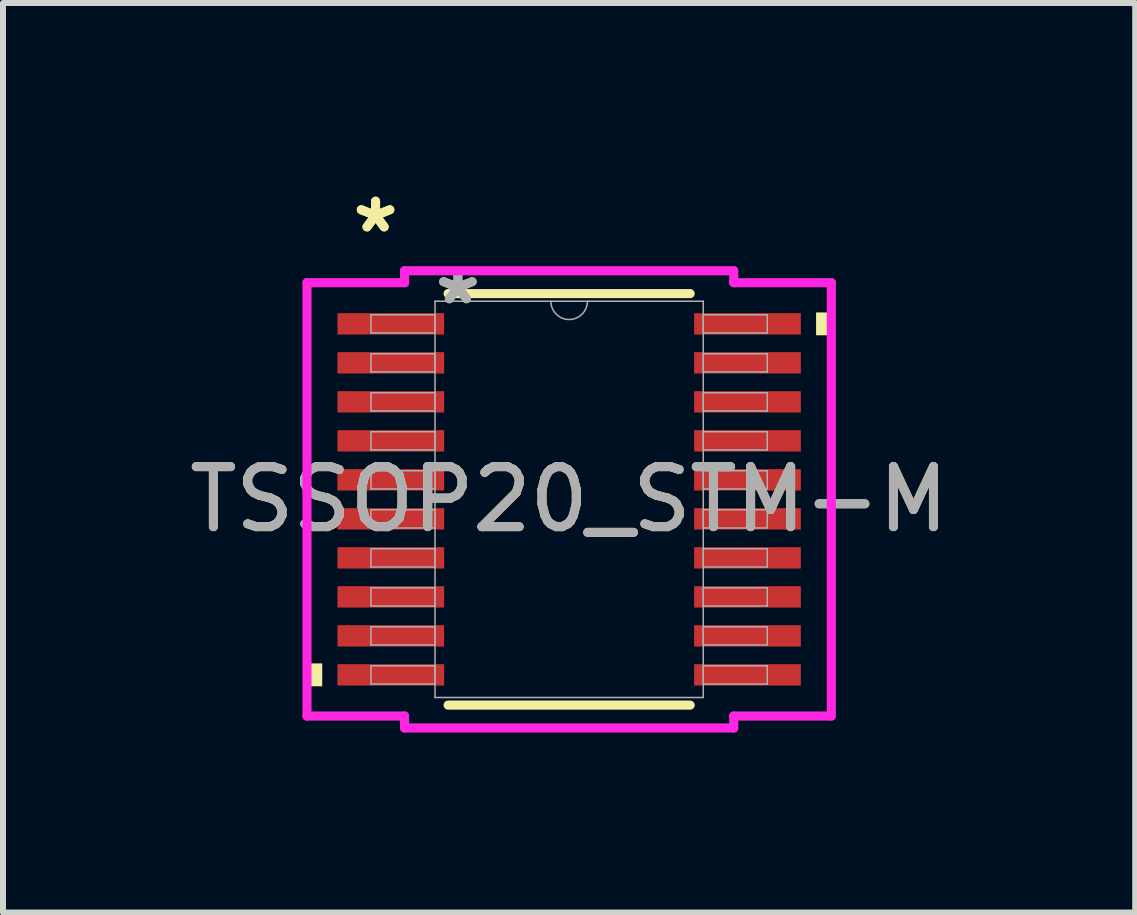
<source format=kicad_pcb>
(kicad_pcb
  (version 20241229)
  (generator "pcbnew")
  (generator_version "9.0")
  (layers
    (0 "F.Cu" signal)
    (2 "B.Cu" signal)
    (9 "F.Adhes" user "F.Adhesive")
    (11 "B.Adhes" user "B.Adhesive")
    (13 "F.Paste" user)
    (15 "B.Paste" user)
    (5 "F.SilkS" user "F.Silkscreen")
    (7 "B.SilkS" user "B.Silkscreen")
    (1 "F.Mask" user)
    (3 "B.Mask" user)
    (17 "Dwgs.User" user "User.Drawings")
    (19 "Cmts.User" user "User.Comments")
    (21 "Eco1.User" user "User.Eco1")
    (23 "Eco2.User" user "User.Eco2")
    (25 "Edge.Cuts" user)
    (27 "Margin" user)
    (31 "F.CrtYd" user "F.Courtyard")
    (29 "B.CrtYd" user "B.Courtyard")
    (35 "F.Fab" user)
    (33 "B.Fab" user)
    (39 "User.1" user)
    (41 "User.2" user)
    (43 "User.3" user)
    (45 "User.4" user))
  (footprint "TSSOP20_STM-M"
    (layer "F.Cu")
    (at 6.435 5.272)
    (property "Reference" "TSSOP20_STM-M" (at 0 0 0) (unlocked yes) (layer "F.SilkS") (effects (font (size 1 1) (thickness 0.15))))
    (attr smd)
    (fp_line (start -2.017 3.429) (end 2.017 3.429) (stroke (width 0.152) (type solid)) (layer "F.SilkS"))
    (fp_line (start 2.017 -3.429) (end -2.017 -3.429) (stroke (width 0.152) (type solid)) (layer "F.SilkS"))
    (fp_poly (pts (xy -4.369 2.734) (xy -4.369 3.115) (xy -4.115 3.115) (xy -4.115 2.734)) (stroke (width 0) (type solid)) (fill yes) (layer "F.SilkS"))
    (fp_poly (pts (xy 4.369 -3.115) (xy 4.369 -2.734) (xy 4.115 -2.734) (xy 4.115 -3.115)) (stroke (width 0) (type solid)) (fill yes) (layer "F.SilkS"))
    (fp_line (start -4.369 -3.611) (end -2.743 -3.611) (stroke (width 0.152) (type solid)) (layer "F.CrtYd"))
    (fp_line (start -4.369 3.611) (end -4.369 -3.611) (stroke (width 0.152) (type solid)) (layer "F.CrtYd"))
    (fp_line (start -4.369 3.611) (end -2.743 3.611) (stroke (width 0.152) (type solid)) (layer "F.CrtYd"))
    (fp_line (start -2.743 -3.81) (end 2.743 -3.81) (stroke (width 0.152) (type solid)) (layer "F.CrtYd"))
    (fp_line (start -2.743 -3.611) (end -2.743 -3.81) (stroke (width 0.152) (type solid)) (layer "F.CrtYd"))
    (fp_line (start -2.743 3.81) (end -2.743 3.611) (stroke (width 0.152) (type solid)) (layer "F.CrtYd"))
    (fp_line (start 2.743 -3.81) (end 2.743 -3.611) (stroke (width 0.152) (type solid)) (layer "F.CrtYd"))
    (fp_line (start 2.743 3.611) (end 2.743 3.81) (stroke (width 0.152) (type solid)) (layer "F.CrtYd"))
    (fp_line (start 2.743 3.81) (end -2.743 3.81) (stroke (width 0.152) (type solid)) (layer "F.CrtYd"))
    (fp_line (start 4.369 -3.611) (end 2.743 -3.611) (stroke (width 0.152) (type solid)) (layer "F.CrtYd"))
    (fp_line (start 4.369 -3.611) (end 4.369 3.611) (stroke (width 0.152) (type solid)) (layer "F.CrtYd"))
    (fp_line (start 4.369 3.611) (end 2.743 3.611) (stroke (width 0.152) (type solid)) (layer "F.CrtYd"))
    (fp_line (start -3.302 -3.077) (end -3.302 -2.773) (stroke (width 0.025) (type solid)) (layer "F.Fab"))
    (fp_line (start -3.302 -2.773) (end -2.235 -2.773) (stroke (width 0.025) (type solid)) (layer "F.Fab"))
    (fp_line (start -3.302 -2.427) (end -3.302 -2.123) (stroke (width 0.025) (type solid)) (layer "F.Fab"))
    (fp_line (start -3.302 -2.123) (end -2.235 -2.123) (stroke (width 0.025) (type solid)) (layer "F.Fab"))
    (fp_line (start -3.302 -1.777) (end -3.302 -1.473) (stroke (width 0.025) (type solid)) (layer "F.Fab"))
    (fp_line (start -3.302 -1.473) (end -2.235 -1.473) (stroke (width 0.025) (type solid)) (layer "F.Fab"))
    (fp_line (start -3.302 -1.127) (end -3.302 -0.823) (stroke (width 0.025) (type solid)) (layer "F.Fab"))
    (fp_line (start -3.302 -0.823) (end -2.235 -0.823) (stroke (width 0.025) (type solid)) (layer "F.Fab"))
    (fp_line (start -3.302 -0.477) (end -3.302 -0.173) (stroke (width 0.025) (type solid)) (layer "F.Fab"))
    (fp_line (start -3.302 -0.173) (end -2.235 -0.173) (stroke (width 0.025) (type solid)) (layer "F.Fab"))
    (fp_line (start -3.302 0.173) (end -3.302 0.477) (stroke (width 0.025) (type solid)) (layer "F.Fab"))
    (fp_line (start -3.302 0.477) (end -2.235 0.477) (stroke (width 0.025) (type solid)) (layer "F.Fab"))
    (fp_line (start -3.302 0.823) (end -3.302 1.127) (stroke (width 0.025) (type solid)) (layer "F.Fab"))
    (fp_line (start -3.302 1.127) (end -2.235 1.127) (stroke (width 0.025) (type solid)) (layer "F.Fab"))
    (fp_line (start -3.302 1.473) (end -3.302 1.777) (stroke (width 0.025) (type solid)) (layer "F.Fab"))
    (fp_line (start -3.302 1.777) (end -2.235 1.777) (stroke (width 0.025) (type solid)) (layer "F.Fab"))
    (fp_line (start -3.302 2.123) (end -3.302 2.427) (stroke (width 0.025) (type solid)) (layer "F.Fab"))
    (fp_line (start -3.302 2.427) (end -2.235 2.427) (stroke (width 0.025) (type solid)) (layer "F.Fab"))
    (fp_line (start -3.302 2.773) (end -3.302 3.077) (stroke (width 0.025) (type solid)) (layer "F.Fab"))
    (fp_line (start -3.302 3.077) (end -2.235 3.077) (stroke (width 0.025) (type solid)) (layer "F.Fab"))
    (fp_line (start -2.235 -3.302) (end -2.235 3.302) (stroke (width 0.025) (type solid)) (layer "F.Fab"))
    (fp_line (start -2.235 -3.077) (end -3.302 -3.077) (stroke (width 0.025) (type solid)) (layer "F.Fab"))
    (fp_line (start -2.235 -2.773) (end -2.235 -3.077) (stroke (width 0.025) (type solid)) (layer "F.Fab"))
    (fp_line (start -2.235 -2.427) (end -3.302 -2.427) (stroke (width 0.025) (type solid)) (layer "F.Fab"))
    (fp_line (start -2.235 -2.123) (end -2.235 -2.427) (stroke (width 0.025) (type solid)) (layer "F.Fab"))
    (fp_line (start -2.235 -1.777) (end -3.302 -1.777) (stroke (width 0.025) (type solid)) (layer "F.Fab"))
    (fp_line (start -2.235 -1.473) (end -2.235 -1.777) (stroke (width 0.025) (type solid)) (layer "F.Fab"))
    (fp_line (start -2.235 -1.127) (end -3.302 -1.127) (stroke (width 0.025) (type solid)) (layer "F.Fab"))
    (fp_line (start -2.235 -0.823) (end -2.235 -1.127) (stroke (width 0.025) (type solid)) (layer "F.Fab"))
    (fp_line (start -2.235 -0.477) (end -3.302 -0.477) (stroke (width 0.025) (type solid)) (layer "F.Fab"))
    (fp_line (start -2.235 -0.173) (end -2.235 -0.477) (stroke (width 0.025) (type solid)) (layer "F.Fab"))
    (fp_line (start -2.235 0.173) (end -3.302 0.173) (stroke (width 0.025) (type solid)) (layer "F.Fab"))
    (fp_line (start -2.235 0.477) (end -2.235 0.173) (stroke (width 0.025) (type solid)) (layer "F.Fab"))
    (fp_line (start -2.235 0.823) (end -3.302 0.823) (stroke (width 0.025) (type solid)) (layer "F.Fab"))
    (fp_line (start -2.235 1.127) (end -2.235 0.823) (stroke (width 0.025) (type solid)) (layer "F.Fab"))
    (fp_line (start -2.235 1.473) (end -3.302 1.473) (stroke (width 0.025) (type solid)) (layer "F.Fab"))
    (fp_line (start -2.235 1.777) (end -2.235 1.473) (stroke (width 0.025) (type solid)) (layer "F.Fab"))
    (fp_line (start -2.235 2.123) (end -3.302 2.123) (stroke (width 0.025) (type solid)) (layer "F.Fab"))
    (fp_line (start -2.235 2.427) (end -2.235 2.123) (stroke (width 0.025) (type solid)) (layer "F.Fab"))
    (fp_line (start -2.235 2.773) (end -3.302 2.773) (stroke (width 0.025) (type solid)) (layer "F.Fab"))
    (fp_line (start -2.235 3.077) (end -2.235 2.773) (stroke (width 0.025) (type solid)) (layer "F.Fab"))
    (fp_line (start -2.235 3.302) (end 2.235 3.302) (stroke (width 0.025) (type solid)) (layer "F.Fab"))
    (fp_line (start 2.235 -3.302) (end -2.235 -3.302) (stroke (width 0.025) (type solid)) (layer "F.Fab"))
    (fp_line (start 2.235 -3.077) (end 2.235 -2.773) (stroke (width 0.025) (type solid)) (layer "F.Fab"))
    (fp_line (start 2.235 -2.773) (end 3.302 -2.773) (stroke (width 0.025) (type solid)) (layer "F.Fab"))
    (fp_line (start 2.235 -2.427) (end 2.235 -2.123) (stroke (width 0.025) (type solid)) (layer "F.Fab"))
    (fp_line (start 2.235 -2.123) (end 3.302 -2.123) (stroke (width 0.025) (type solid)) (layer "F.Fab"))
    (fp_line (start 2.235 -1.777) (end 2.235 -1.473) (stroke (width 0.025) (type solid)) (layer "F.Fab"))
    (fp_line (start 2.235 -1.473) (end 3.302 -1.473) (stroke (width 0.025) (type solid)) (layer "F.Fab"))
    (fp_line (start 2.235 -1.127) (end 2.235 -0.823) (stroke (width 0.025) (type solid)) (layer "F.Fab"))
    (fp_line (start 2.235 -0.823) (end 3.302 -0.823) (stroke (width 0.025) (type solid)) (layer "F.Fab"))
    (fp_line (start 2.235 -0.477) (end 2.235 -0.173) (stroke (width 0.025) (type solid)) (layer "F.Fab"))
    (fp_line (start 2.235 -0.173) (end 3.302 -0.173) (stroke (width 0.025) (type solid)) (layer "F.Fab"))
    (fp_line (start 2.235 0.173) (end 2.235 0.477) (stroke (width 0.025) (type solid)) (layer "F.Fab"))
    (fp_line (start 2.235 0.477) (end 3.302 0.477) (stroke (width 0.025) (type solid)) (layer "F.Fab"))
    (fp_line (start 2.235 0.823) (end 2.235 1.127) (stroke (width 0.025) (type solid)) (layer "F.Fab"))
    (fp_line (start 2.235 1.127) (end 3.302 1.127) (stroke (width 0.025) (type solid)) (layer "F.Fab"))
    (fp_line (start 2.235 1.473) (end 2.235 1.777) (stroke (width 0.025) (type solid)) (layer "F.Fab"))
    (fp_line (start 2.235 1.777) (end 3.302 1.777) (stroke (width 0.025) (type solid)) (layer "F.Fab"))
    (fp_line (start 2.235 2.123) (end 2.235 2.427) (stroke (width 0.025) (type solid)) (layer "F.Fab"))
    (fp_line (start 2.235 2.427) (end 3.302 2.427) (stroke (width 0.025) (type solid)) (layer "F.Fab"))
    (fp_line (start 2.235 2.773) (end 2.235 3.077) (stroke (width 0.025) (type solid)) (layer "F.Fab"))
    (fp_line (start 2.235 3.077) (end 3.302 3.077) (stroke (width 0.025) (type solid)) (layer "F.Fab"))
    (fp_line (start 2.235 3.302) (end 2.235 -3.302) (stroke (width 0.025) (type solid)) (layer "F.Fab"))
    (fp_line (start 3.302 -3.077) (end 2.235 -3.077) (stroke (width 0.025) (type solid)) (layer "F.Fab"))
    (fp_line (start 3.302 -2.773) (end 3.302 -3.077) (stroke (width 0.025) (type solid)) (layer "F.Fab"))
    (fp_line (start 3.302 -2.427) (end 2.235 -2.427) (stroke (width 0.025) (type solid)) (layer "F.Fab"))
    (fp_line (start 3.302 -2.123) (end 3.302 -2.427) (stroke (width 0.025) (type solid)) (layer "F.Fab"))
    (fp_line (start 3.302 -1.777) (end 2.235 -1.777) (stroke (width 0.025) (type solid)) (layer "F.Fab"))
    (fp_line (start 3.302 -1.473) (end 3.302 -1.777) (stroke (width 0.025) (type solid)) (layer "F.Fab"))
    (fp_line (start 3.302 -1.127) (end 2.235 -1.127) (stroke (width 0.025) (type solid)) (layer "F.Fab"))
    (fp_line (start 3.302 -0.823) (end 3.302 -1.127) (stroke (width 0.025) (type solid)) (layer "F.Fab"))
    (fp_line (start 3.302 -0.477) (end 2.235 -0.477) (stroke (width 0.025) (type solid)) (layer "F.Fab"))
    (fp_line (start 3.302 -0.173) (end 3.302 -0.477) (stroke (width 0.025) (type solid)) (layer "F.Fab"))
    (fp_line (start 3.302 0.173) (end 2.235 0.173) (stroke (width 0.025) (type solid)) (layer "F.Fab"))
    (fp_line (start 3.302 0.477) (end 3.302 0.173) (stroke (width 0.025) (type solid)) (layer "F.Fab"))
    (fp_line (start 3.302 0.823) (end 2.235 0.823) (stroke (width 0.025) (type solid)) (layer "F.Fab"))
    (fp_line (start 3.302 1.127) (end 3.302 0.823) (stroke (width 0.025) (type solid)) (layer "F.Fab"))
    (fp_line (start 3.302 1.473) (end 2.235 1.473) (stroke (width 0.025) (type solid)) (layer "F.Fab"))
    (fp_line (start 3.302 1.777) (end 3.302 1.473) (stroke (width 0.025) (type solid)) (layer "F.Fab"))
    (fp_line (start 3.302 2.123) (end 2.235 2.123) (stroke (width 0.025) (type solid)) (layer "F.Fab"))
    (fp_line (start 3.302 2.427) (end 3.302 2.123) (stroke (width 0.025) (type solid)) (layer "F.Fab"))
    (fp_line (start 3.302 2.773) (end 2.235 2.773) (stroke (width 0.025) (type solid)) (layer "F.Fab"))
    (fp_line (start 3.302 3.077) (end 3.302 2.773) (stroke (width 0.025) (type solid)) (layer "F.Fab"))
    (fp_arc (start 0.3048 -3.302) (mid 0 -2.9972) (end -0.3048 -3.302) (stroke (width 0.0254) (type solid)) (layer "F.Fab"))
    (fp_text user "*" (at -3.226 -4.424 0) (unlocked yes) (layer "F.SilkS") (effects (font (size 1 1) (thickness 0.15))))
    (fp_text user "*" (at -3.226 -4.424 0) (layer "F.SilkS") (effects (font (size 1 1) (thickness 0.15))))
    (fp_text user "*" (at -1.854 -3.226 0) (layer "F.Fab") (effects (font (size 1 1) (thickness 0.15))))
    (fp_text user "${REFERENCE}" (at 0 0 0) (unlocked yes) (layer "F.Fab") (effects (font (size 1 1) (thickness 0.15))))
    (fp_text user "*" (at -1.854 -3.226 0) (unlocked yes) (layer "F.Fab") (effects (font (size 1 1) (thickness 0.15))))
    (pad "1" smd rect (at -2.972 -2.925) (size 1.778 0.356) (layers "F.Cu" "F.Mask" "F.Paste"))
    (pad "2" smd rect (at -2.972 -2.275) (size 1.778 0.356) (layers "F.Cu" "F.Mask" "F.Paste"))
    (pad "3" smd rect (at -2.972 -1.625) (size 1.778 0.356) (layers "F.Cu" "F.Mask" "F.Paste"))
    (pad "4" smd rect (at -2.972 -0.975) (size 1.778 0.356) (layers "F.Cu" "F.Mask" "F.Paste"))
    (pad "5" smd rect (at -2.972 -0.325) (size 1.778 0.356) (layers "F.Cu" "F.Mask" "F.Paste"))
    (pad "6" smd rect (at -2.972 0.325) (size 1.778 0.356) (layers "F.Cu" "F.Mask" "F.Paste"))
    (pad "7" smd rect (at -2.972 0.975) (size 1.778 0.356) (layers "F.Cu" "F.Mask" "F.Paste"))
    (pad "8" smd rect (at -2.972 1.625) (size 1.778 0.356) (layers "F.Cu" "F.Mask" "F.Paste"))
    (pad "9" smd rect (at -2.972 2.275) (size 1.778 0.356) (layers "F.Cu" "F.Mask" "F.Paste"))
    (pad "10" smd rect (at -2.972 2.925) (size 1.778 0.356) (layers "F.Cu" "F.Mask" "F.Paste"))
    (pad "11" smd rect (at 2.972 2.925) (size 1.778 0.356) (layers "F.Cu" "F.Mask" "F.Paste"))
    (pad "12" smd rect (at 2.972 2.275) (size 1.778 0.356) (layers "F.Cu" "F.Mask" "F.Paste"))
    (pad "13" smd rect (at 2.972 1.625) (size 1.778 0.356) (layers "F.Cu" "F.Mask" "F.Paste"))
    (pad "14" smd rect (at 2.972 0.975) (size 1.778 0.356) (layers "F.Cu" "F.Mask" "F.Paste"))
    (pad "15" smd rect (at 2.972 0.325) (size 1.778 0.356) (layers "F.Cu" "F.Mask" "F.Paste"))
    (pad "16" smd rect (at 2.972 -0.325) (size 1.778 0.356) (layers "F.Cu" "F.Mask" "F.Paste"))
    (pad "17" smd rect (at 2.972 -0.975) (size 1.778 0.356) (layers "F.Cu" "F.Mask" "F.Paste"))
    (pad "18" smd rect (at 2.972 -1.625) (size 1.778 0.356) (layers "F.Cu" "F.Mask" "F.Paste"))
    (pad "19" smd rect (at 2.972 -2.275) (size 1.778 0.356) (layers "F.Cu" "F.Mask" "F.Paste"))
    (pad "20" smd rect (at 2.972 -2.925) (size 1.778 0.356) (layers "F.Cu" "F.Mask" "F.Paste")))
  (gr_rect
    (start -3 -3)
    (end 15.869 12.158)
    (stroke (width 0.1) (type default))
    (fill no)
    (layer "Edge.Cuts")))
</source>
